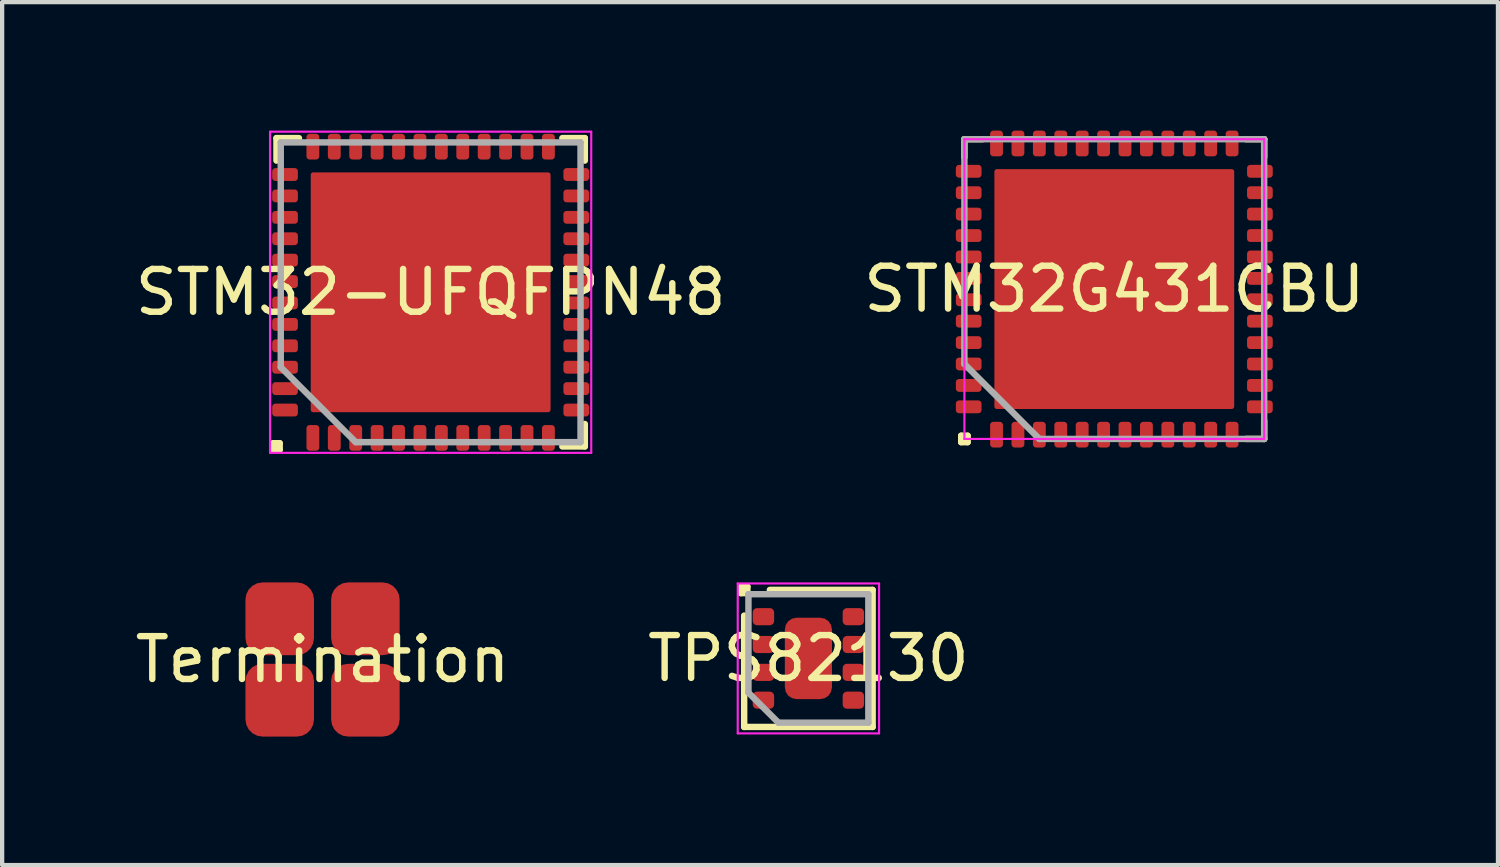
<source format=kicad_pcb>
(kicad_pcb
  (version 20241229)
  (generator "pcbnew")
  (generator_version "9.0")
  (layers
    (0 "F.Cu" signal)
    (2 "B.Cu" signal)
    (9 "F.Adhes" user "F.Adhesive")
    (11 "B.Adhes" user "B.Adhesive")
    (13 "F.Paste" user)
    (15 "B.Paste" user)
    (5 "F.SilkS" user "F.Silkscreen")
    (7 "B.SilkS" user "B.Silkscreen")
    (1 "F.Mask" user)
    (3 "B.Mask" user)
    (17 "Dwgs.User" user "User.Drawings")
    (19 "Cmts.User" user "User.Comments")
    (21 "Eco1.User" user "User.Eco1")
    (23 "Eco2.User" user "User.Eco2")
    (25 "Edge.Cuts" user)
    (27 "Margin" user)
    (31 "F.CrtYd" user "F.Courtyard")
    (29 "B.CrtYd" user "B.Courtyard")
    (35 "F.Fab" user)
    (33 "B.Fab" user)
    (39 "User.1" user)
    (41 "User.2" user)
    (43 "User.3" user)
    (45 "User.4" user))
  (footprint "STM32-UFQFPN48"
    (layer "F.Cu")
    (at 7.006 3.775)
    (property "Reference" "STM32-UFQFPN48" (at 0 0 0) (layer "F.SilkS") (effects (font (size 1 1) (thickness 0.15))))
    (attr smd)
    (fp_line (start -3.675 3.525) (end -3.525 3.525) (stroke (width 0.15) (type solid)) (layer "F.SilkS"))
    (fp_line (start -3.675 3.675) (end -3.675 3.525) (stroke (width 0.15) (type solid)) (layer "F.SilkS"))
    (fp_line (start -3.6 -3.6) (end -3.6 -3.075) (stroke (width 0.15) (type solid)) (layer "F.SilkS"))
    (fp_line (start -3.525 3.525) (end -3.525 3.675) (stroke (width 0.15) (type solid)) (layer "F.SilkS"))
    (fp_line (start -3.525 3.675) (end -3.675 3.675) (stroke (width 0.15) (type solid)) (layer "F.SilkS"))
    (fp_line (start -3.075 -3.6) (end -3.6 -3.6) (stroke (width 0.15) (type solid)) (layer "F.SilkS"))
    (fp_line (start 3.075 3.6) (end 3.6 3.6) (stroke (width 0.15) (type solid)) (layer "F.SilkS"))
    (fp_line (start 3.6 -3.6) (end 3.075 -3.6) (stroke (width 0.15) (type solid)) (layer "F.SilkS"))
    (fp_line (start 3.6 -3.075) (end 3.6 -3.6) (stroke (width 0.15) (type solid)) (layer "F.SilkS"))
    (fp_line (start 3.6 3.6) (end 3.6 3.075) (stroke (width 0.15) (type solid)) (layer "F.SilkS"))
    (fp_line (start -3.75 -3.75) (end 3.75 -3.75) (stroke (width 0.05) (type solid)) (layer "F.CrtYd"))
    (fp_line (start -3.75 3.75) (end -3.75 -3.75) (stroke (width 0.05) (type solid)) (layer "F.CrtYd"))
    (fp_line (start 3.75 -3.75) (end 3.75 3.75) (stroke (width 0.05) (type solid)) (layer "F.CrtYd"))
    (fp_line (start 3.75 3.75) (end -3.75 3.75) (stroke (width 0.05) (type solid)) (layer "F.CrtYd"))
    (fp_line (start -3.5 -3.5) (end -3.5 1.75) (stroke (width 0.15) (type solid)) (layer "F.Fab"))
    (fp_line (start -1.75 3.5) (end -3.5 1.75) (stroke (width 0.15) (type solid)) (layer "F.Fab"))
    (fp_line (start -1.75 3.5) (end 3.5 3.5) (stroke (width 0.15) (type solid)) (layer "F.Fab"))
    (fp_line (start 3.5 -3.5) (end -3.5 -3.5) (stroke (width 0.15) (type solid)) (layer "F.Fab"))
    (fp_line (start 3.5 3.5) (end 3.5 -3.5) (stroke (width 0.15) (type solid)) (layer "F.Fab"))
    (pad "1" smd roundrect (at -2.75 3.4) (size 0.3 0.6) (layers "F.Cu" "F.Mask" "F.Paste") (roundrect_rratio 0.25))
    (pad "2" smd roundrect (at -2.25 3.4) (size 0.3 0.6) (layers "F.Cu" "F.Mask" "F.Paste") (roundrect_rratio 0.25))
    (pad "3" smd roundrect (at -1.75 3.4) (size 0.3 0.6) (layers "F.Cu" "F.Mask" "F.Paste") (roundrect_rratio 0.25))
    (pad "4" smd roundrect (at -1.25 3.4) (size 0.3 0.6) (layers "F.Cu" "F.Mask" "F.Paste") (roundrect_rratio 0.25))
    (pad "5" smd roundrect (at -0.75 3.4) (size 0.3 0.6) (layers "F.Cu" "F.Mask" "F.Paste") (roundrect_rratio 0.25))
    (pad "6" smd roundrect (at -0.25 3.4) (size 0.3 0.6) (layers "F.Cu" "F.Mask" "F.Paste") (roundrect_rratio 0.25))
    (pad "7" smd roundrect (at 0.25 3.4) (size 0.3 0.6) (layers "F.Cu" "F.Mask" "F.Paste") (roundrect_rratio 0.25))
    (pad "8" smd roundrect (at 0.75 3.4) (size 0.3 0.6) (layers "F.Cu" "F.Mask" "F.Paste") (roundrect_rratio 0.25))
    (pad "9" smd roundrect (at 1.25 3.4) (size 0.3 0.6) (layers "F.Cu" "F.Mask" "F.Paste") (roundrect_rratio 0.25))
    (pad "10" smd roundrect (at 1.75 3.4) (size 0.3 0.6) (layers "F.Cu" "F.Mask" "F.Paste") (roundrect_rratio 0.25))
    (pad "11" smd roundrect (at 2.25 3.4) (size 0.3 0.6) (layers "F.Cu" "F.Mask" "F.Paste") (roundrect_rratio 0.25))
    (pad "12" smd roundrect (at 2.75 3.4) (size 0.3 0.6) (layers "F.Cu" "F.Mask" "F.Paste") (roundrect_rratio 0.25))
    (pad "13" smd roundrect (at 3.4 2.75) (size 0.6 0.3) (layers "F.Cu" "F.Mask" "F.Paste") (roundrect_rratio 0.25))
    (pad "14" smd roundrect (at 3.4 2.25) (size 0.6 0.3) (layers "F.Cu" "F.Mask" "F.Paste") (roundrect_rratio 0.25))
    (pad "15" smd roundrect (at 3.4 1.75) (size 0.6 0.3) (layers "F.Cu" "F.Mask" "F.Paste") (roundrect_rratio 0.25))
    (pad "16" smd roundrect (at 3.4 1.25) (size 0.6 0.3) (layers "F.Cu" "F.Mask" "F.Paste") (roundrect_rratio 0.25))
    (pad "17" smd roundrect (at 3.4 0.75) (size 0.6 0.3) (layers "F.Cu" "F.Mask" "F.Paste") (roundrect_rratio 0.25))
    (pad "18" smd roundrect (at 3.4 0.25) (size 0.6 0.3) (layers "F.Cu" "F.Mask" "F.Paste") (roundrect_rratio 0.25))
    (pad "19" smd roundrect (at 3.4 -0.25) (size 0.6 0.3) (layers "F.Cu" "F.Mask" "F.Paste") (roundrect_rratio 0.25))
    (pad "20" smd roundrect (at 3.4 -0.75) (size 0.6 0.3) (layers "F.Cu" "F.Mask" "F.Paste") (roundrect_rratio 0.25))
    (pad "21" smd roundrect (at 3.4 -1.25) (size 0.6 0.3) (layers "F.Cu" "F.Mask" "F.Paste") (roundrect_rratio 0.25))
    (pad "22" smd roundrect (at 3.4 -1.75) (size 0.6 0.3) (layers "F.Cu" "F.Mask" "F.Paste") (roundrect_rratio 0.25))
    (pad "23" smd roundrect (at 3.4 -2.25) (size 0.6 0.3) (layers "F.Cu" "F.Mask" "F.Paste") (roundrect_rratio 0.25))
    (pad "24" smd roundrect (at 3.4 -2.75) (size 0.6 0.3) (layers "F.Cu" "F.Mask" "F.Paste") (roundrect_rratio 0.25))
    (pad "25" smd roundrect (at 2.75 -3.4) (size 0.3 0.6) (layers "F.Cu" "F.Mask" "F.Paste") (roundrect_rratio 0.25))
    (pad "26" smd roundrect (at 2.25 -3.4) (size 0.3 0.6) (layers "F.Cu" "F.Mask" "F.Paste") (roundrect_rratio 0.25))
    (pad "27" smd roundrect (at 1.75 -3.4) (size 0.3 0.6) (layers "F.Cu" "F.Mask" "F.Paste") (roundrect_rratio 0.25))
    (pad "28" smd roundrect (at 1.25 -3.4) (size 0.3 0.6) (layers "F.Cu" "F.Mask" "F.Paste") (roundrect_rratio 0.25))
    (pad "29" smd roundrect (at 0.75 -3.4) (size 0.3 0.6) (layers "F.Cu" "F.Mask" "F.Paste") (roundrect_rratio 0.25))
    (pad "30" smd roundrect (at 0.25 -3.4) (size 0.3 0.6) (layers "F.Cu" "F.Mask" "F.Paste") (roundrect_rratio 0.25))
    (pad "31" smd roundrect (at -0.25 -3.4) (size 0.3 0.6) (layers "F.Cu" "F.Mask" "F.Paste") (roundrect_rratio 0.25))
    (pad "32" smd roundrect (at -0.75 -3.4) (size 0.3 0.6) (layers "F.Cu" "F.Mask" "F.Paste") (roundrect_rratio 0.25))
    (pad "33" smd roundrect (at -1.25 -3.4) (size 0.3 0.6) (layers "F.Cu" "F.Mask" "F.Paste") (roundrect_rratio 0.25))
    (pad "34" smd roundrect (at -1.75 -3.4) (size 0.3 0.6) (layers "F.Cu" "F.Mask" "F.Paste") (roundrect_rratio 0.25))
    (pad "35" smd roundrect (at -2.25 -3.4) (size 0.3 0.6) (layers "F.Cu" "F.Mask" "F.Paste") (roundrect_rratio 0.25))
    (pad "36" smd roundrect (at -2.75 -3.4) (size 0.3 0.6) (layers "F.Cu" "F.Mask" "F.Paste") (roundrect_rratio 0.25))
    (pad "37" smd roundrect (at -3.4 -2.75) (size 0.6 0.3) (layers "F.Cu" "F.Mask" "F.Paste") (roundrect_rratio 0.25))
    (pad "38" smd roundrect (at -3.4 -2.25) (size 0.6 0.3) (layers "F.Cu" "F.Mask" "F.Paste") (roundrect_rratio 0.25))
    (pad "39" smd roundrect (at -3.4 -1.75) (size 0.6 0.3) (layers "F.Cu" "F.Mask" "F.Paste") (roundrect_rratio 0.25))
    (pad "40" smd roundrect (at -3.4 -1.25) (size 0.6 0.3) (layers "F.Cu" "F.Mask" "F.Paste") (roundrect_rratio 0.25))
    (pad "41" smd roundrect (at -3.4 -0.75) (size 0.6 0.3) (layers "F.Cu" "F.Mask" "F.Paste") (roundrect_rratio 0.25))
    (pad "42" smd roundrect (at -3.4 -0.25) (size 0.6 0.3) (layers "F.Cu" "F.Mask" "F.Paste") (roundrect_rratio 0.25))
    (pad "43" smd roundrect (at -3.4 0.25) (size 0.6 0.3) (layers "F.Cu" "F.Mask" "F.Paste") (roundrect_rratio 0.25))
    (pad "44" smd roundrect (at -3.4 0.75) (size 0.6 0.3) (layers "F.Cu" "F.Mask" "F.Paste") (roundrect_rratio 0.25))
    (pad "45" smd roundrect (at -3.4 1.25) (size 0.6 0.3) (layers "F.Cu" "F.Mask" "F.Paste") (roundrect_rratio 0.25))
    (pad "46" smd roundrect (at -3.4 1.75) (size 0.6 0.3) (layers "F.Cu" "F.Mask" "F.Paste") (roundrect_rratio 0.25))
    (pad "47" smd roundrect (at -3.4 2.25) (size 0.6 0.3) (layers "F.Cu" "F.Mask" "F.Paste") (roundrect_rratio 0.25))
    (pad "48" smd roundrect (at -3.4 2.75) (size 0.6 0.3) (layers "F.Cu" "F.Mask" "F.Paste") (roundrect_rratio 0.25))
    (pad "49" smd roundrect (at 0 0) (size 5.6 5.6) (layers "F.Cu" "F.Mask" "F.Paste") (roundrect_rratio 0.01)))
  (footprint "STM32G431CBU"
    (layer "F.Cu")
    (at 22.97 3.7)
    (property "Reference" "STM32G431CBU" (at 0 0 0) (layer "F.SilkS") (effects (font (size 1 1) (thickness 0.15))))
    (attr smd)
    (fp_line (start -3.575 3.425) (end -3.425 3.425) (stroke (width 0.15) (type solid)) (layer "F.SilkS"))
    (fp_line (start -3.575 3.575) (end -3.575 3.425) (stroke (width 0.15) (type solid)) (layer "F.SilkS"))
    (fp_line (start -3.5 -3.5) (end -3.5 -3.075) (stroke (width 0.15) (type solid)) (layer "F.SilkS"))
    (fp_line (start -3.425 3.425) (end -3.425 3.575) (stroke (width 0.15) (type solid)) (layer "F.SilkS"))
    (fp_line (start -3.425 3.575) (end -3.575 3.575) (stroke (width 0.15) (type solid)) (layer "F.SilkS"))
    (fp_line (start -3.075 -3.5) (end -3.5 -3.5) (stroke (width 0.15) (type solid)) (layer "F.SilkS"))
    (fp_line (start 3.075 3.5) (end 3.5 3.5) (stroke (width 0.15) (type solid)) (layer "F.SilkS"))
    (fp_line (start 3.5 -3.5) (end 3.075 -3.5) (stroke (width 0.15) (type solid)) (layer "F.SilkS"))
    (fp_line (start 3.5 -3.075) (end 3.5 -3.5) (stroke (width 0.15) (type solid)) (layer "F.SilkS"))
    (fp_line (start 3.5 3.5) (end 3.5 3.075) (stroke (width 0.15) (type solid)) (layer "F.SilkS"))
    (fp_line (start -3.5 -3.5) (end 3.5 -3.5) (stroke (width 0.05) (type solid)) (layer "F.CrtYd"))
    (fp_line (start -3.5 3.5) (end -3.5 -3.5) (stroke (width 0.05) (type solid)) (layer "F.CrtYd"))
    (fp_line (start 3.5 -3.5) (end 3.5 3.5) (stroke (width 0.05) (type solid)) (layer "F.CrtYd"))
    (fp_line (start 3.5 3.5) (end -3.5 3.5) (stroke (width 0.05) (type solid)) (layer "F.CrtYd"))
    (fp_line (start -3.5 -3.5) (end -3.5 1.75) (stroke (width 0.15) (type solid)) (layer "F.Fab"))
    (fp_line (start -1.75 3.5) (end -3.5 1.75) (stroke (width 0.15) (type solid)) (layer "F.Fab"))
    (fp_line (start -1.75 3.5) (end 3.5 3.5) (stroke (width 0.15) (type solid)) (layer "F.Fab"))
    (fp_line (start 3.5 -3.5) (end -3.5 -3.5) (stroke (width 0.15) (type solid)) (layer "F.Fab"))
    (fp_line (start 3.5 3.5) (end 3.5 -3.5) (stroke (width 0.15) (type solid)) (layer "F.Fab"))
    (pad "1" smd roundrect (at -2.75 3.4) (size 0.3 0.6) (layers "F.Cu" "F.Mask" "F.Paste") (roundrect_rratio 0.25))
    (pad "2" smd roundrect (at -2.25 3.4) (size 0.3 0.6) (layers "F.Cu" "F.Mask" "F.Paste") (roundrect_rratio 0.25))
    (pad "3" smd roundrect (at -1.75 3.4) (size 0.3 0.6) (layers "F.Cu" "F.Mask" "F.Paste") (roundrect_rratio 0.25))
    (pad "4" smd roundrect (at -1.25 3.4) (size 0.3 0.6) (layers "F.Cu" "F.Mask" "F.Paste") (roundrect_rratio 0.25))
    (pad "5" smd roundrect (at -0.75 3.4) (size 0.3 0.6) (layers "F.Cu" "F.Mask" "F.Paste") (roundrect_rratio 0.25))
    (pad "6" smd roundrect (at -0.25 3.4) (size 0.3 0.6) (layers "F.Cu" "F.Mask" "F.Paste") (roundrect_rratio 0.25))
    (pad "7" smd roundrect (at 0.25 3.4) (size 0.3 0.6) (layers "F.Cu" "F.Mask" "F.Paste") (roundrect_rratio 0.25))
    (pad "8" smd roundrect (at 0.75 3.4) (size 0.3 0.6) (layers "F.Cu" "F.Mask" "F.Paste") (roundrect_rratio 0.25))
    (pad "9" smd roundrect (at 1.25 3.4) (size 0.3 0.6) (layers "F.Cu" "F.Mask" "F.Paste") (roundrect_rratio 0.25))
    (pad "10" smd roundrect (at 1.75 3.4) (size 0.3 0.6) (layers "F.Cu" "F.Mask" "F.Paste") (roundrect_rratio 0.25))
    (pad "11" smd roundrect (at 2.25 3.4) (size 0.3 0.6) (layers "F.Cu" "F.Mask" "F.Paste") (roundrect_rratio 0.25))
    (pad "12" smd roundrect (at 2.75 3.4) (size 0.3 0.6) (layers "F.Cu" "F.Mask" "F.Paste") (roundrect_rratio 0.25))
    (pad "13" smd roundrect (at 3.4 2.75) (size 0.6 0.3) (layers "F.Cu" "F.Mask" "F.Paste") (roundrect_rratio 0.25))
    (pad "14" smd roundrect (at 3.4 2.25) (size 0.6 0.3) (layers "F.Cu" "F.Mask" "F.Paste") (roundrect_rratio 0.25))
    (pad "15" smd roundrect (at 3.4 1.75) (size 0.6 0.3) (layers "F.Cu" "F.Mask" "F.Paste") (roundrect_rratio 0.25))
    (pad "16" smd roundrect (at 3.4 1.25) (size 0.6 0.3) (layers "F.Cu" "F.Mask" "F.Paste") (roundrect_rratio 0.25))
    (pad "17" smd roundrect (at 3.4 0.75) (size 0.6 0.3) (layers "F.Cu" "F.Mask" "F.Paste") (roundrect_rratio 0.25))
    (pad "18" smd roundrect (at 3.4 0.25) (size 0.6 0.3) (layers "F.Cu" "F.Mask" "F.Paste") (roundrect_rratio 0.25))
    (pad "19" smd roundrect (at 3.4 -0.25) (size 0.6 0.3) (layers "F.Cu" "F.Mask" "F.Paste") (roundrect_rratio 0.25))
    (pad "20" smd roundrect (at 3.4 -0.75) (size 0.6 0.3) (layers "F.Cu" "F.Mask" "F.Paste") (roundrect_rratio 0.25))
    (pad "21" smd roundrect (at 3.4 -1.25) (size 0.6 0.3) (layers "F.Cu" "F.Mask" "F.Paste") (roundrect_rratio 0.25))
    (pad "22" smd roundrect (at 3.4 -1.75) (size 0.6 0.3) (layers "F.Cu" "F.Mask" "F.Paste") (roundrect_rratio 0.25))
    (pad "23" smd roundrect (at 3.4 -2.25) (size 0.6 0.3) (layers "F.Cu" "F.Mask" "F.Paste") (roundrect_rratio 0.25))
    (pad "24" smd roundrect (at 3.4 -2.75) (size 0.6 0.3) (layers "F.Cu" "F.Mask" "F.Paste") (roundrect_rratio 0.25))
    (pad "25" smd roundrect (at 2.75 -3.4) (size 0.3 0.6) (layers "F.Cu" "F.Mask" "F.Paste") (roundrect_rratio 0.25))
    (pad "26" smd roundrect (at 2.25 -3.4) (size 0.3 0.6) (layers "F.Cu" "F.Mask" "F.Paste") (roundrect_rratio 0.25))
    (pad "27" smd roundrect (at 1.75 -3.4) (size 0.3 0.6) (layers "F.Cu" "F.Mask" "F.Paste") (roundrect_rratio 0.25))
    (pad "28" smd roundrect (at 1.25 -3.4) (size 0.3 0.6) (layers "F.Cu" "F.Mask" "F.Paste") (roundrect_rratio 0.25))
    (pad "29" smd roundrect (at 0.75 -3.4) (size 0.3 0.6) (layers "F.Cu" "F.Mask" "F.Paste") (roundrect_rratio 0.25))
    (pad "30" smd roundrect (at 0.25 -3.4) (size 0.3 0.6) (layers "F.Cu" "F.Mask" "F.Paste") (roundrect_rratio 0.25))
    (pad "31" smd roundrect (at -0.25 -3.4) (size 0.3 0.6) (layers "F.Cu" "F.Mask" "F.Paste") (roundrect_rratio 0.25))
    (pad "32" smd roundrect (at -0.75 -3.4) (size 0.3 0.6) (layers "F.Cu" "F.Mask" "F.Paste") (roundrect_rratio 0.25))
    (pad "33" smd roundrect (at -1.25 -3.4) (size 0.3 0.6) (layers "F.Cu" "F.Mask" "F.Paste") (roundrect_rratio 0.25))
    (pad "34" smd roundrect (at -1.75 -3.4) (size 0.3 0.6) (layers "F.Cu" "F.Mask" "F.Paste") (roundrect_rratio 0.25))
    (pad "35" smd roundrect (at -2.25 -3.4) (size 0.3 0.6) (layers "F.Cu" "F.Mask" "F.Paste") (roundrect_rratio 0.25))
    (pad "36" smd roundrect (at -2.75 -3.4) (size 0.3 0.6) (layers "F.Cu" "F.Mask" "F.Paste") (roundrect_rratio 0.25))
    (pad "37" smd roundrect (at -3.4 -2.75) (size 0.6 0.3) (layers "F.Cu" "F.Mask" "F.Paste") (roundrect_rratio 0.25))
    (pad "38" smd roundrect (at -3.4 -2.25) (size 0.6 0.3) (layers "F.Cu" "F.Mask" "F.Paste") (roundrect_rratio 0.25))
    (pad "39" smd roundrect (at -3.4 -1.75) (size 0.6 0.3) (layers "F.Cu" "F.Mask" "F.Paste") (roundrect_rratio 0.25))
    (pad "40" smd roundrect (at -3.4 -1.25) (size 0.6 0.3) (layers "F.Cu" "F.Mask" "F.Paste") (roundrect_rratio 0.25))
    (pad "41" smd roundrect (at -3.4 -0.75) (size 0.6 0.3) (layers "F.Cu" "F.Mask" "F.Paste") (roundrect_rratio 0.25))
    (pad "42" smd roundrect (at -3.4 -0.25) (size 0.6 0.3) (layers "F.Cu" "F.Mask" "F.Paste") (roundrect_rratio 0.25))
    (pad "43" smd roundrect (at -3.4 0.25) (size 0.6 0.3) (layers "F.Cu" "F.Mask" "F.Paste") (roundrect_rratio 0.25))
    (pad "44" smd roundrect (at -3.4 0.75) (size 0.6 0.3) (layers "F.Cu" "F.Mask" "F.Paste") (roundrect_rratio 0.25))
    (pad "45" smd roundrect (at -3.4 1.25) (size 0.6 0.3) (layers "F.Cu" "F.Mask" "F.Paste") (roundrect_rratio 0.25))
    (pad "46" smd roundrect (at -3.4 1.75) (size 0.6 0.3) (layers "F.Cu" "F.Mask" "F.Paste") (roundrect_rratio 0.25))
    (pad "47" smd roundrect (at -3.4 2.25) (size 0.6 0.3) (layers "F.Cu" "F.Mask" "F.Paste") (roundrect_rratio 0.25))
    (pad "48" smd roundrect (at -3.4 2.75) (size 0.6 0.3) (layers "F.Cu" "F.Mask" "F.Paste") (roundrect_rratio 0.25))
    (pad "49" smd roundrect (at 0 0) (size 5.6 5.6) (layers "F.Cu" "F.Mask" "F.Paste") (roundrect_rratio 0.01)))
  (footprint "TPS82130"
    (layer "F.Cu")
    (at 15.827 12.325)
    (property "Reference" "TPS82130" (at 0 0 0) (layer "F.SilkS") (effects (font (size 1 1) (thickness 0.15))))
    (attr smd)
    (fp_line (start -1.575 -1.675) (end -1.425 -1.675) (stroke (width 0.15) (type solid)) (layer "F.SilkS"))
    (fp_line (start -1.575 -1.525) (end -1.575 -1.675) (stroke (width 0.15) (type solid)) (layer "F.SilkS"))
    (fp_line (start -1.5 -1) (end -1.5 1.6) (stroke (width 0.15) (type solid)) (layer "F.SilkS"))
    (fp_line (start -1.5 1.6) (end 1.5 1.6) (stroke (width 0.15) (type solid)) (layer "F.SilkS"))
    (fp_line (start -1.425 -1.675) (end -1.425 -1.525) (stroke (width 0.15) (type solid)) (layer "F.SilkS"))
    (fp_line (start -1.425 -1.525) (end -1.575 -1.525) (stroke (width 0.15) (type solid)) (layer "F.SilkS"))
    (fp_line (start 1.5 -1.6) (end -0.9 -1.6) (stroke (width 0.15) (type solid)) (layer "F.SilkS"))
    (fp_line (start 1.5 1.6) (end 1.5 -1.6) (stroke (width 0.15) (type solid)) (layer "F.SilkS"))
    (fp_line (start -1.65 -1.75) (end 1.65 -1.75) (stroke (width 0.05) (type solid)) (layer "F.CrtYd"))
    (fp_line (start -1.65 1.75) (end -1.65 -1.75) (stroke (width 0.05) (type solid)) (layer "F.CrtYd"))
    (fp_line (start 1.65 -1.75) (end 1.65 1.75) (stroke (width 0.05) (type solid)) (layer "F.CrtYd"))
    (fp_line (start 1.65 1.75) (end -1.65 1.75) (stroke (width 0.05) (type solid)) (layer "F.CrtYd"))
    (fp_line (start -1.4 -1.5) (end -1.4 0.8) (stroke (width 0.15) (type solid)) (layer "F.Fab"))
    (fp_line (start -0.7 1.5) (end -1.4 0.8) (stroke (width 0.15) (type solid)) (layer "F.Fab"))
    (fp_line (start -0.7 1.5) (end 1.4 1.5) (stroke (width 0.15) (type solid)) (layer "F.Fab"))
    (fp_line (start 1.4 -1.5) (end -1.4 -1.5) (stroke (width 0.15) (type solid)) (layer "F.Fab"))
    (fp_line (start 1.4 1.5) (end 1.4 -1.5) (stroke (width 0.15) (type solid)) (layer "F.Fab"))
    (pad "1" smd roundrect (at -1.05 -0.975) (size 0.5 0.4) (layers "F.Cu" "F.Mask" "F.Paste") (roundrect_rratio 0.25))
    (pad "2" smd roundrect (at -1.05 -0.325) (size 0.5 0.4) (layers "F.Cu" "F.Mask" "F.Paste") (roundrect_rratio 0.25))
    (pad "3" smd roundrect (at -1.05 0.325) (size 0.5 0.4) (layers "F.Cu" "F.Mask" "F.Paste") (roundrect_rratio 0.25))
    (pad "4" smd roundrect (at -1.05 0.975) (size 0.5 0.4) (layers "F.Cu" "F.Mask" "F.Paste") (roundrect_rratio 0.25))
    (pad "5" smd roundrect (at 1.05 0.975) (size 0.5 0.4) (layers "F.Cu" "F.Mask" "F.Paste") (roundrect_rratio 0.25))
    (pad "6" smd roundrect (at 1.05 0.325) (size 0.5 0.4) (layers "F.Cu" "F.Mask" "F.Paste") (roundrect_rratio 0.25))
    (pad "7" smd roundrect (at 1.05 -0.325) (size 0.5 0.4) (layers "F.Cu" "F.Mask" "F.Paste") (roundrect_rratio 0.25))
    (pad "8" smd roundrect (at 1.05 -0.975) (size 0.5 0.4) (layers "F.Cu" "F.Mask" "F.Paste") (roundrect_rratio 0.25))
    (pad "9" smd roundrect (at 0 0) (size 1.1 1.9) (layers "F.Cu" "F.Mask" "F.Paste") (roundrect_rratio 0.25)))
  (footprint "Termination"
    (layer "F.Cu")
    (at 4.482 12.35)
    (property "Reference" "Termination" (at 0 0 0) (layer "F.SilkS") (effects (font (size 1 1) (thickness 0.15))))
    (attr smd)
    (pad "a1" smd roundrect (at -1 0.95) (size 1.6 1.7) (layers "F.Cu" "F.Mask" "F.Paste") (roundrect_rratio 0.25))
    (pad "a2" smd roundrect (at 1 0.95) (size 1.6 1.7) (layers "F.Cu" "F.Mask" "F.Paste") (roundrect_rratio 0.25))
    (pad "b1" smd roundrect (at -1 -0.95) (size 1.6 1.7) (layers "F.Cu" "F.Mask" "F.Paste") (roundrect_rratio 0.25))
    (pad "b2" smd roundrect (at 1 -0.95) (size 1.6 1.7) (layers "F.Cu" "F.Mask" "F.Paste") (roundrect_rratio 0.25)))
  (gr_rect
    (start -3 -3)
    (end 31.929 17.15)
    (stroke (width 0.1) (type default))
    (fill no)
    (layer "Edge.Cuts")))
</source>
